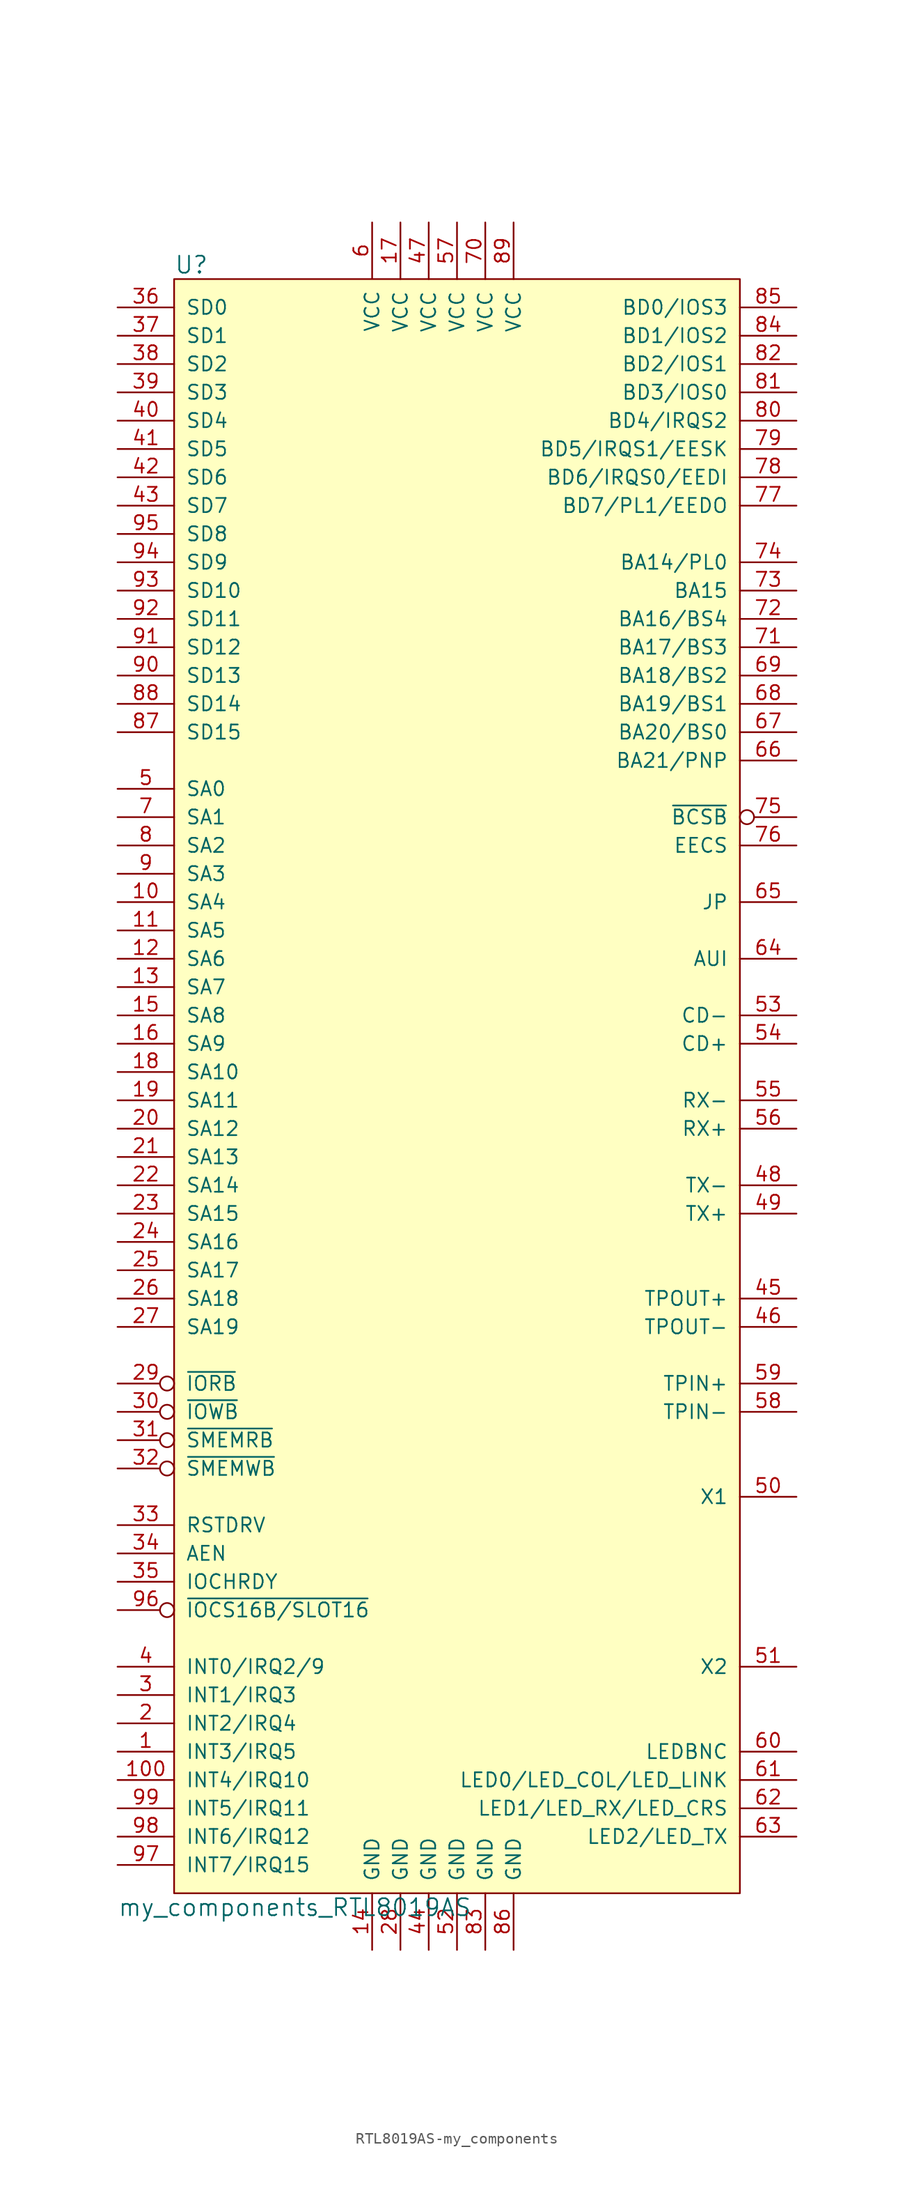
<source format=kicad_sym>
(kicad_symbol_lib
  (version 20220914)
  (generator kicad_symbol_editor)
  (symbol "RTL8019AS-my_components"
    (pin_names
      (offset 1.016))
    (property "Reference" "U"
      (at -25.4 73.66 0)
      (effects (font (size 1.524 1.524)) (justify left)))
    (property "Value" "my_components_RTL8019AS"
      (at -30.48 -73.66 0)
      (effects (font (size 1.524 1.524)) (justify left)))
    (property "Footprint" ""
      (at 0 13.97 0)
      (effects (font (size 1.524 1.524))))
    (property "Datasheet" ""
      (at 0 13.97 0)
      (effects (font (size 1.524 1.524))))
    (symbol "RTL8019AS-my_components_0_1"
      (rectangle (start -25.4 72.39) (end 25.4 -72.39) (stroke (width 0) (type solid)) (fill (type background))))
    (symbol "RTL8019AS-my_components_1_1"
      (pin output line (at -30.48 -59.69 0) (length 5.08) (name "INT3/IRQ5" (effects (font (size 1.27 1.27)))) (number "1" (effects (font (size 1.27 1.27)))))
      (pin input line (at -30.48 16.51 0) (length 5.08) (name "SA4" (effects (font (size 1.27 1.27)))) (number "10" (effects (font (size 1.27 1.27)))))
      (pin output line (at -30.48 -62.23 0) (length 5.08) (name "INT4/IRQ10" (effects (font (size 1.27 1.27)))) (number "100" (effects (font (size 1.27 1.27)))))
      (pin input line (at -30.48 13.97 0) (length 5.08) (name "SA5" (effects (font (size 1.27 1.27)))) (number "11" (effects (font (size 1.27 1.27)))))
      (pin input line (at -30.48 11.43 0) (length 5.08) (name "SA6" (effects (font (size 1.27 1.27)))) (number "12" (effects (font (size 1.27 1.27)))))
      (pin input line (at -30.48 8.89 0) (length 5.08) (name "SA7" (effects (font (size 1.27 1.27)))) (number "13" (effects (font (size 1.27 1.27)))))
      (pin power_in line (at -7.62 -77.47 90) (length 5.08) (name "GND" (effects (font (size 1.27 1.27)))) (number "14" (effects (font (size 1.27 1.27)))))
      (pin input line (at -30.48 6.35 0) (length 5.08) (name "SA8" (effects (font (size 1.27 1.27)))) (number "15" (effects (font (size 1.27 1.27)))))
      (pin input line (at -30.48 3.81 0) (length 5.08) (name "SA9" (effects (font (size 1.27 1.27)))) (number "16" (effects (font (size 1.27 1.27)))))
      (pin power_in line (at -5.08 77.47 270) (length 5.08) (name "VCC" (effects (font (size 1.27 1.27)))) (number "17" (effects (font (size 1.27 1.27)))))
      (pin input line (at -30.48 1.27 0) (length 5.08) (name "SA10" (effects (font (size 1.27 1.27)))) (number "18" (effects (font (size 1.27 1.27)))))
      (pin input line (at -30.48 -1.27 0) (length 5.08) (name "SA11" (effects (font (size 1.27 1.27)))) (number "19" (effects (font (size 1.27 1.27)))))
      (pin output line (at -30.48 -57.15 0) (length 5.08) (name "INT2/IRQ4" (effects (font (size 1.27 1.27)))) (number "2" (effects (font (size 1.27 1.27)))))
      (pin input line (at -30.48 -3.81 0) (length 5.08) (name "SA12" (effects (font (size 1.27 1.27)))) (number "20" (effects (font (size 1.27 1.27)))))
      (pin input line (at -30.48 -6.35 0) (length 5.08) (name "SA13" (effects (font (size 1.27 1.27)))) (number "21" (effects (font (size 1.27 1.27)))))
      (pin input line (at -30.48 -8.89 0) (length 5.08) (name "SA14" (effects (font (size 1.27 1.27)))) (number "22" (effects (font (size 1.27 1.27)))))
      (pin input line (at -30.48 -11.43 0) (length 5.08) (name "SA15" (effects (font (size 1.27 1.27)))) (number "23" (effects (font (size 1.27 1.27)))))
      (pin input line (at -30.48 -13.97 0) (length 5.08) (name "SA16" (effects (font (size 1.27 1.27)))) (number "24" (effects (font (size 1.27 1.27)))))
      (pin input line (at -30.48 -16.51 0) (length 5.08) (name "SA17" (effects (font (size 1.27 1.27)))) (number "25" (effects (font (size 1.27 1.27)))))
      (pin input line (at -30.48 -19.05 0) (length 5.08) (name "SA18" (effects (font (size 1.27 1.27)))) (number "26" (effects (font (size 1.27 1.27)))))
      (pin input line (at -30.48 -21.59 0) (length 5.08) (name "SA19" (effects (font (size 1.27 1.27)))) (number "27" (effects (font (size 1.27 1.27)))))
      (pin power_in line (at -5.08 -77.47 90) (length 5.08) (name "GND" (effects (font (size 1.27 1.27)))) (number "28" (effects (font (size 1.27 1.27)))))
      (pin input inverted (at -30.48 -26.67 0) (length 5.08) (name "~{IORB}" (effects (font (size 1.27 1.27)))) (number "29" (effects (font (size 1.27 1.27)))))
      (pin output line (at -30.48 -54.61 0) (length 5.08) (name "INT1/IRQ3" (effects (font (size 1.27 1.27)))) (number "3" (effects (font (size 1.27 1.27)))))
      (pin input inverted (at -30.48 -29.21 0) (length 5.08) (name "~{IOWB}" (effects (font (size 1.27 1.27)))) (number "30" (effects (font (size 1.27 1.27)))))
      (pin input inverted (at -30.48 -31.75 0) (length 5.08) (name "~{SMEMRB}" (effects (font (size 1.27 1.27)))) (number "31" (effects (font (size 1.27 1.27)))))
      (pin input inverted (at -30.48 -34.29 0) (length 5.08) (name "~{SMEMWB}" (effects (font (size 1.27 1.27)))) (number "32" (effects (font (size 1.27 1.27)))))
      (pin input line (at -30.48 -39.37 0) (length 5.08) (name "RSTDRV" (effects (font (size 1.27 1.27)))) (number "33" (effects (font (size 1.27 1.27)))))
      (pin input line (at -30.48 -41.91 0) (length 5.08) (name "AEN" (effects (font (size 1.27 1.27)))) (number "34" (effects (font (size 1.27 1.27)))))
      (pin output line (at -30.48 -44.45 0) (length 5.08) (name "IOCHRDY" (effects (font (size 1.27 1.27)))) (number "35" (effects (font (size 1.27 1.27)))))
      (pin bidirectional line (at -30.48 69.85 0) (length 5.08) (name "SD0" (effects (font (size 1.27 1.27)))) (number "36" (effects (font (size 1.27 1.27)))))
      (pin bidirectional line (at -30.48 67.31 0) (length 5.08) (name "SD1" (effects (font (size 1.27 1.27)))) (number "37" (effects (font (size 1.27 1.27)))))
      (pin bidirectional line (at -30.48 64.77 0) (length 5.08) (name "SD2" (effects (font (size 1.27 1.27)))) (number "38" (effects (font (size 1.27 1.27)))))
      (pin bidirectional line (at -30.48 62.23 0) (length 5.08) (name "SD3" (effects (font (size 1.27 1.27)))) (number "39" (effects (font (size 1.27 1.27)))))
      (pin output line (at -30.48 -52.07 0) (length 5.08) (name "INT0/IRQ2/9" (effects (font (size 1.27 1.27)))) (number "4" (effects (font (size 1.27 1.27)))))
      (pin bidirectional line (at -30.48 59.69 0) (length 5.08) (name "SD4" (effects (font (size 1.27 1.27)))) (number "40" (effects (font (size 1.27 1.27)))))
      (pin bidirectional line (at -30.48 57.15 0) (length 5.08) (name "SD5" (effects (font (size 1.27 1.27)))) (number "41" (effects (font (size 1.27 1.27)))))
      (pin bidirectional line (at -30.48 54.61 0) (length 5.08) (name "SD6" (effects (font (size 1.27 1.27)))) (number "42" (effects (font (size 1.27 1.27)))))
      (pin bidirectional line (at -30.48 52.07 0) (length 5.08) (name "SD7" (effects (font (size 1.27 1.27)))) (number "43" (effects (font (size 1.27 1.27)))))
      (pin power_in line (at -2.54 -77.47 90) (length 5.08) (name "GND" (effects (font (size 1.27 1.27)))) (number "44" (effects (font (size 1.27 1.27)))))
      (pin output line (at 30.48 -19.05 180) (length 5.08) (name "TPOUT+" (effects (font (size 1.27 1.27)))) (number "45" (effects (font (size 1.27 1.27)))))
      (pin output line (at 30.48 -21.59 180) (length 5.08) (name "TPOUT-" (effects (font (size 1.27 1.27)))) (number "46" (effects (font (size 1.27 1.27)))))
      (pin power_in line (at -2.54 77.47 270) (length 5.08) (name "VCC" (effects (font (size 1.27 1.27)))) (number "47" (effects (font (size 1.27 1.27)))))
      (pin output line (at 30.48 -8.89 180) (length 5.08) (name "TX-" (effects (font (size 1.27 1.27)))) (number "48" (effects (font (size 1.27 1.27)))))
      (pin output line (at 30.48 -11.43 180) (length 5.08) (name "TX+" (effects (font (size 1.27 1.27)))) (number "49" (effects (font (size 1.27 1.27)))))
      (pin input line (at -30.48 26.67 0) (length 5.08) (name "SA0" (effects (font (size 1.27 1.27)))) (number "5" (effects (font (size 1.27 1.27)))))
      (pin input line (at 30.48 -36.83 180) (length 5.08) (name "X1" (effects (font (size 1.27 1.27)))) (number "50" (effects (font (size 1.27 1.27)))))
      (pin output line (at 30.48 -52.07 180) (length 5.08) (name "X2" (effects (font (size 1.27 1.27)))) (number "51" (effects (font (size 1.27 1.27)))))
      (pin power_in line (at 0 -77.47 90) (length 5.08) (name "GND" (effects (font (size 1.27 1.27)))) (number "52" (effects (font (size 1.27 1.27)))))
      (pin input line (at 30.48 6.35 180) (length 5.08) (name "CD-" (effects (font (size 1.27 1.27)))) (number "53" (effects (font (size 1.27 1.27)))))
      (pin input line (at 30.48 3.81 180) (length 5.08) (name "CD+" (effects (font (size 1.27 1.27)))) (number "54" (effects (font (size 1.27 1.27)))))
      (pin input line (at 30.48 -1.27 180) (length 5.08) (name "RX-" (effects (font (size 1.27 1.27)))) (number "55" (effects (font (size 1.27 1.27)))))
      (pin input line (at 30.48 -3.81 180) (length 5.08) (name "RX+" (effects (font (size 1.27 1.27)))) (number "56" (effects (font (size 1.27 1.27)))))
      (pin power_in line (at 0 77.47 270) (length 5.08) (name "VCC" (effects (font (size 1.27 1.27)))) (number "57" (effects (font (size 1.27 1.27)))))
      (pin input line (at 30.48 -29.21 180) (length 5.08) (name "TPIN-" (effects (font (size 1.27 1.27)))) (number "58" (effects (font (size 1.27 1.27)))))
      (pin input line (at 30.48 -26.67 180) (length 5.08) (name "TPIN+" (effects (font (size 1.27 1.27)))) (number "59" (effects (font (size 1.27 1.27)))))
      (pin power_in line (at -7.62 77.47 270) (length 5.029) (name "VCC" (effects (font (size 1.27 1.27)))) (number "6" (effects (font (size 1.27 1.27)))))
      (pin output line (at 30.48 -59.69 180) (length 5.08) (name "LEDBNC" (effects (font (size 1.27 1.27)))) (number "60" (effects (font (size 1.27 1.27)))))
      (pin output line (at 30.48 -62.23 180) (length 5.08) (name "LED0/LED_COL/LED_LINK" (effects (font (size 1.27 1.27)))) (number "61" (effects (font (size 1.27 1.27)))))
      (pin output line (at 30.48 -64.77 180) (length 5.08) (name "LED1/LED_RX/LED_CRS" (effects (font (size 1.27 1.27)))) (number "62" (effects (font (size 1.27 1.27)))))
      (pin output line (at 30.48 -67.31 180) (length 5.08) (name "LED2/LED_TX" (effects (font (size 1.27 1.27)))) (number "63" (effects (font (size 1.27 1.27)))))
      (pin input line (at 30.48 11.43 180) (length 5.08) (name "AUI" (effects (font (size 1.27 1.27)))) (number "64" (effects (font (size 1.27 1.27)))))
      (pin input line (at 30.48 16.51 180) (length 5.08) (name "JP" (effects (font (size 1.27 1.27)))) (number "65" (effects (font (size 1.27 1.27)))))
      (pin bidirectional line (at 30.48 29.21 180) (length 5.08) (name "BA21/PNP" (effects (font (size 1.27 1.27)))) (number "66" (effects (font (size 1.27 1.27)))))
      (pin bidirectional line (at 30.48 31.75 180) (length 5.08) (name "BA20/BS0" (effects (font (size 1.27 1.27)))) (number "67" (effects (font (size 1.27 1.27)))))
      (pin bidirectional line (at 30.48 34.29 180) (length 5.08) (name "BA19/BS1" (effects (font (size 1.27 1.27)))) (number "68" (effects (font (size 1.27 1.27)))))
      (pin bidirectional line (at 30.48 36.83 180) (length 5.08) (name "BA18/BS2" (effects (font (size 1.27 1.27)))) (number "69" (effects (font (size 1.27 1.27)))))
      (pin input line (at -30.48 24.13 0) (length 5.08) (name "SA1" (effects (font (size 1.27 1.27)))) (number "7" (effects (font (size 1.27 1.27)))))
      (pin power_in line (at 2.54 77.47 270) (length 5.08) (name "VCC" (effects (font (size 1.27 1.27)))) (number "70" (effects (font (size 1.27 1.27)))))
      (pin bidirectional line (at 30.48 39.37 180) (length 5.08) (name "BA17/BS3" (effects (font (size 1.27 1.27)))) (number "71" (effects (font (size 1.27 1.27)))))
      (pin bidirectional line (at 30.48 41.91 180) (length 5.08) (name "BA16/BS4" (effects (font (size 1.27 1.27)))) (number "72" (effects (font (size 1.27 1.27)))))
      (pin output line (at 30.48 44.45 180) (length 5.08) (name "BA15" (effects (font (size 1.27 1.27)))) (number "73" (effects (font (size 1.27 1.27)))))
      (pin bidirectional line (at 30.48 46.99 180) (length 5.08) (name "BA14/PL0" (effects (font (size 1.27 1.27)))) (number "74" (effects (font (size 1.27 1.27)))))
      (pin output inverted (at 30.48 24.13 180) (length 5.08) (name "~{BCSB}" (effects (font (size 1.27 1.27)))) (number "75" (effects (font (size 1.27 1.27)))))
      (pin output line (at 30.48 21.59 180) (length 5.08) (name "EECS" (effects (font (size 1.27 1.27)))) (number "76" (effects (font (size 1.27 1.27)))))
      (pin bidirectional line (at 30.48 52.07 180) (length 5.08) (name "BD7/PL1/EEDO" (effects (font (size 1.27 1.27)))) (number "77" (effects (font (size 1.27 1.27)))))
      (pin bidirectional line (at 30.48 54.61 180) (length 5.08) (name "BD6/IRQS0/EEDI" (effects (font (size 1.27 1.27)))) (number "78" (effects (font (size 1.27 1.27)))))
      (pin bidirectional line (at 30.48 57.15 180) (length 5.08) (name "BD5/IRQS1/EESK" (effects (font (size 1.27 1.27)))) (number "79" (effects (font (size 1.27 1.27)))))
      (pin input line (at -30.48 21.59 0) (length 5.08) (name "SA2" (effects (font (size 1.27 1.27)))) (number "8" (effects (font (size 1.27 1.27)))))
      (pin bidirectional line (at 30.48 59.69 180) (length 5.08) (name "BD4/IRQS2" (effects (font (size 1.27 1.27)))) (number "80" (effects (font (size 1.27 1.27)))))
      (pin bidirectional line (at 30.48 62.23 180) (length 5.08) (name "BD3/IOS0" (effects (font (size 1.27 1.27)))) (number "81" (effects (font (size 1.27 1.27)))))
      (pin bidirectional line (at 30.48 64.77 180) (length 5.08) (name "BD2/IOS1" (effects (font (size 1.27 1.27)))) (number "82" (effects (font (size 1.27 1.27)))))
      (pin power_in line (at 2.54 -77.47 90) (length 5.08) (name "GND" (effects (font (size 1.27 1.27)))) (number "83" (effects (font (size 1.27 1.27)))))
      (pin bidirectional line (at 30.48 67.31 180) (length 5.08) (name "BD1/IOS2" (effects (font (size 1.27 1.27)))) (number "84" (effects (font (size 1.27 1.27)))))
      (pin bidirectional line (at 30.48 69.85 180) (length 5.08) (name "BD0/IOS3" (effects (font (size 1.27 1.27)))) (number "85" (effects (font (size 1.27 1.27)))))
      (pin power_in line (at 5.08 -77.47 90) (length 5.08) (name "GND" (effects (font (size 1.27 1.27)))) (number "86" (effects (font (size 1.27 1.27)))))
      (pin bidirectional line (at -30.48 31.75 0) (length 5.08) (name "SD15" (effects (font (size 1.27 1.27)))) (number "87" (effects (font (size 1.27 1.27)))))
      (pin bidirectional line (at -30.48 34.29 0) (length 5.08) (name "SD14" (effects (font (size 1.27 1.27)))) (number "88" (effects (font (size 1.27 1.27)))))
      (pin power_in line (at 5.08 77.47 270) (length 5.08) (name "VCC" (effects (font (size 1.27 1.27)))) (number "89" (effects (font (size 1.27 1.27)))))
      (pin input line (at -30.48 19.05 0) (length 5.08) (name "SA3" (effects (font (size 1.27 1.27)))) (number "9" (effects (font (size 1.27 1.27)))))
      (pin bidirectional line (at -30.48 36.83 0) (length 5.08) (name "SD13" (effects (font (size 1.27 1.27)))) (number "90" (effects (font (size 1.27 1.27)))))
      (pin bidirectional line (at -30.48 39.37 0) (length 5.08) (name "SD12" (effects (font (size 1.27 1.27)))) (number "91" (effects (font (size 1.27 1.27)))))
      (pin bidirectional line (at -30.48 41.91 0) (length 5.08) (name "SD11" (effects (font (size 1.27 1.27)))) (number "92" (effects (font (size 1.27 1.27)))))
      (pin bidirectional line (at -30.48 44.45 0) (length 5.08) (name "SD10" (effects (font (size 1.27 1.27)))) (number "93" (effects (font (size 1.27 1.27)))))
      (pin bidirectional line (at -30.48 46.99 0) (length 5.08) (name "SD9" (effects (font (size 1.27 1.27)))) (number "94" (effects (font (size 1.27 1.27)))))
      (pin bidirectional line (at -30.48 49.53 0) (length 5.08) (name "SD8" (effects (font (size 1.27 1.27)))) (number "95" (effects (font (size 1.27 1.27)))))
      (pin open_collector inverted (at -30.48 -46.99 0) (length 5.08) (name "~{IOCS16B/SLOT16}" (effects (font (size 1.27 1.27)))) (number "96" (effects (font (size 1.27 1.27)))))
      (pin output line (at -30.48 -69.85 0) (length 5.08) (name "INT7/IRQ15" (effects (font (size 1.27 1.27)))) (number "97" (effects (font (size 1.27 1.27)))))
      (pin output line (at -30.48 -67.31 0) (length 5.08) (name "INT6/IRQ12" (effects (font (size 1.27 1.27)))) (number "98" (effects (font (size 1.27 1.27)))))
      (pin output line (at -30.48 -64.77 0) (length 5.08) (name "INT5/IRQ11" (effects (font (size 1.27 1.27)))) (number "99" (effects (font (size 1.27 1.27))))))))
</source>
